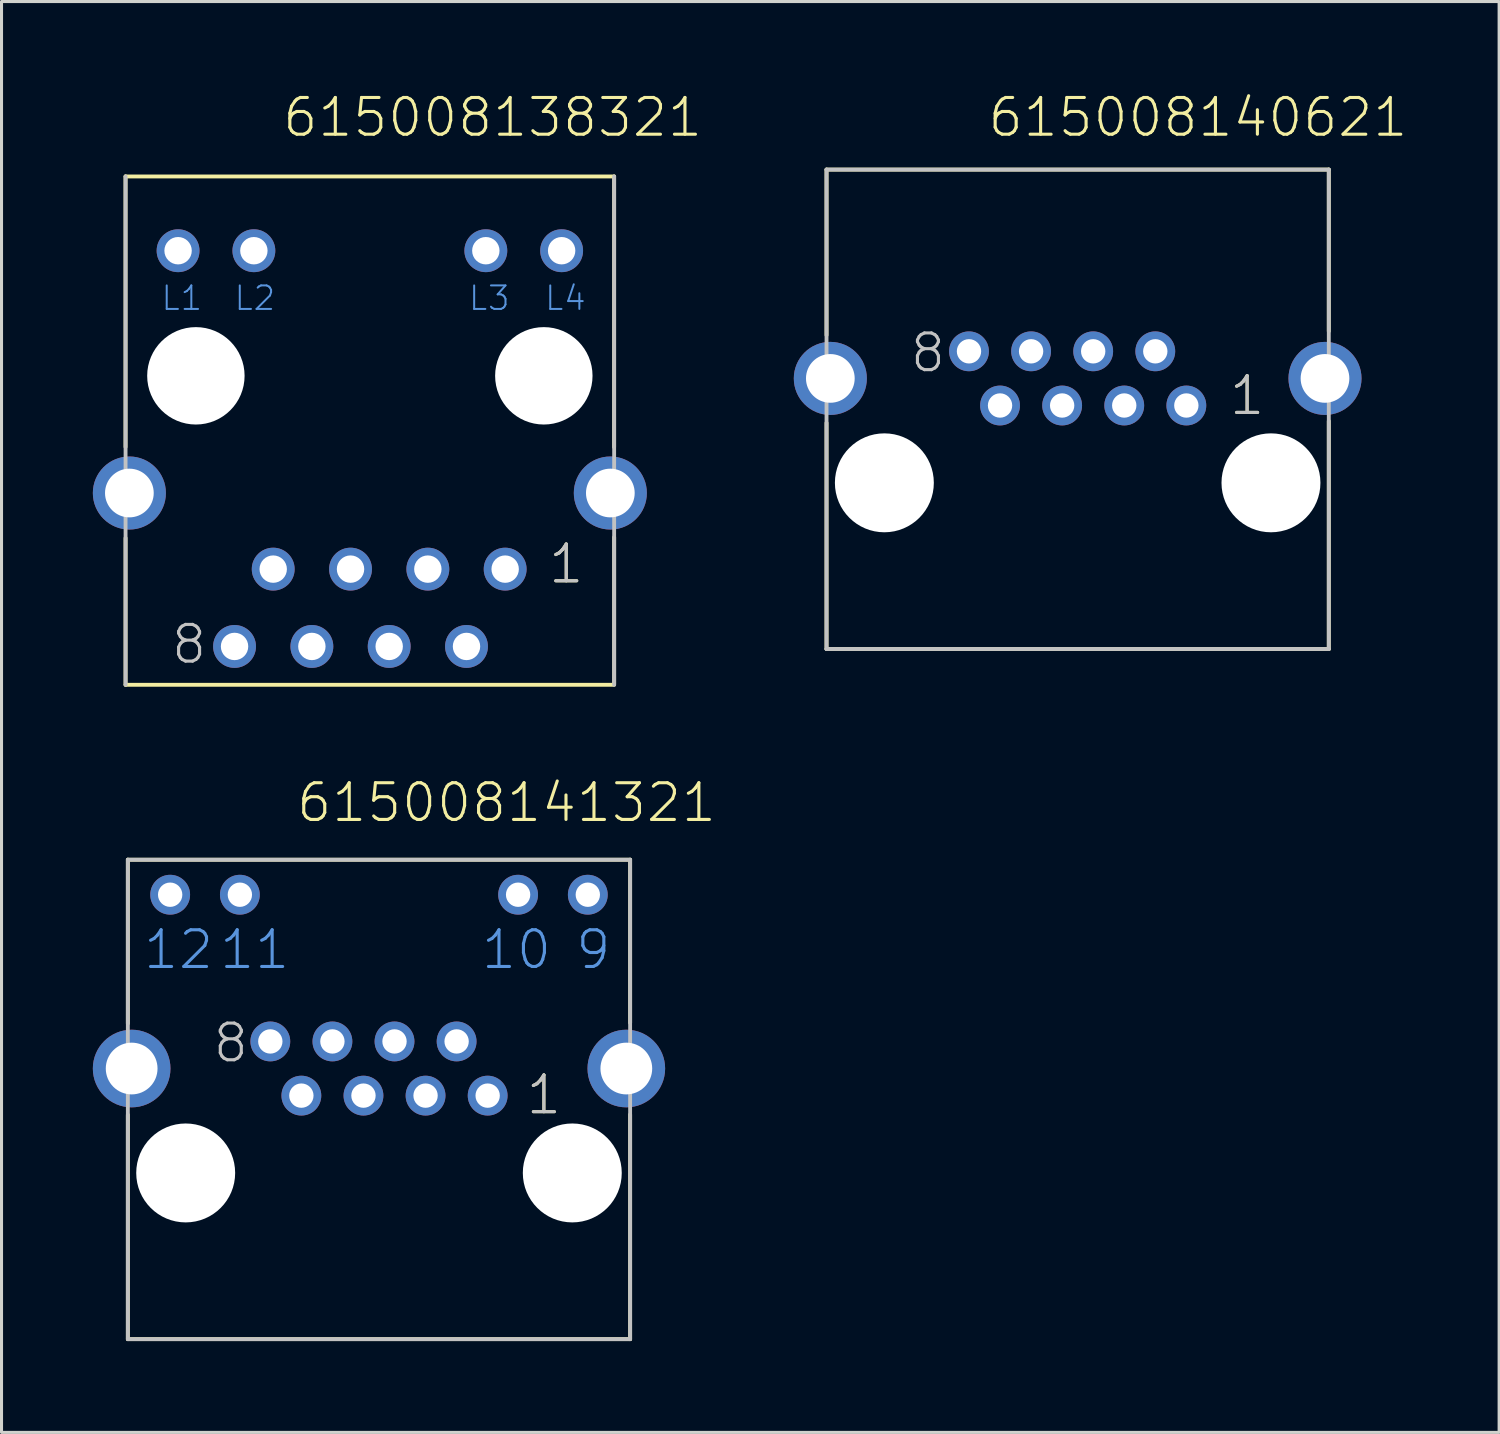
<source format=kicad_pcb>
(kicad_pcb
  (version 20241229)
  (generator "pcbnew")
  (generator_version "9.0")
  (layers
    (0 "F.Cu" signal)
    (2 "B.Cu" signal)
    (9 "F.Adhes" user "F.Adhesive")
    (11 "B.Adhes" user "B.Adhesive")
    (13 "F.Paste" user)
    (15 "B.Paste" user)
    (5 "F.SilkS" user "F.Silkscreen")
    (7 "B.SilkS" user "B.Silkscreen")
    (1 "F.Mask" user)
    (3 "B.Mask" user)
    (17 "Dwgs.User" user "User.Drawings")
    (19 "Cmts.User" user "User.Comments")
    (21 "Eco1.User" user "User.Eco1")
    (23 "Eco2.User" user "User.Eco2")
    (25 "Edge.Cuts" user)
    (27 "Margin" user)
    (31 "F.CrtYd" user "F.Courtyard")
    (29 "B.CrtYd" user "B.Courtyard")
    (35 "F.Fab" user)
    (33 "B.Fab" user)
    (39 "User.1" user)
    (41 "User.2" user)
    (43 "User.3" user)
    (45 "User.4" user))
  (footprint "615008138321"
    (layer "F.Cu")
    (at 9.1 9.296)
    (property "Reference" "615008138321" (at -2.925 -7.785 0) (layer "F.SilkS") (effects (font (size 1.206 1.206) (thickness 0.102)) (justify left bottom)))
    (attr through_hole)
    (fp_line (start -8.026 2.338) (end -8.026 -6.552) (stroke (width 0.127) (type solid)) (layer "F.SilkS"))
    (fp_line (start -8.025 10.15) (end 8.025 10.15) (stroke (width 0.127) (type solid)) (layer "F.SilkS"))
    (fp_line (start -8.025 5.328) (end -8.025 10.151) (stroke (width 0.127) (type solid)) (layer "F.SilkS"))
    (fp_line (start 8.024 2.343) (end 8.024 -6.547) (stroke (width 0.127) (type solid)) (layer "F.SilkS"))
    (fp_line (start 8.025 -6.55) (end -8.025 -6.55) (stroke (width 0.127) (type solid)) (layer "F.SilkS"))
    (fp_line (start 8.025 5.304) (end 8.025 10.126) (stroke (width 0.127) (type solid)) (layer "F.SilkS"))
    (fp_line (start -8.025 -6.55) (end -8.025 10.15) (stroke (width 0.127) (type solid)) (layer "Dwgs.User"))
    (fp_line (start 8.025 10.15) (end 8.025 -6.55) (stroke (width 0.127) (type solid)) (layer "Dwgs.User"))
    (fp_text user "1" (at 5.81 6.885 0) (layer "F.SilkS") (effects (font (size 1.206 1.206) (thickness 0.102)) (justify left bottom)))
    (fp_text user "1" (at 5.81 6.885 0) (layer "Dwgs.User") (effects (font (size 1.206 1.206) (thickness 0.102)) (justify left bottom)))
    (fp_text user "8" (at -6.58 9.525 0) (layer "Dwgs.User") (effects (font (size 1.206 1.206) (thickness 0.102)) (justify left bottom)))
    (fp_text user "L3" (at 3.2 -2.1 0) (layer "Cmts.User") (effects (font (size 0.772 0.772) (thickness 0.065)) (justify left bottom)))
    (fp_text user "L2" (at -4.5 -2.1 0) (layer "Cmts.User") (effects (font (size 0.772 0.772) (thickness 0.065)) (justify left bottom)))
    (fp_text user "L1" (at -6.9 -2.1 0) (layer "Cmts.User") (effects (font (size 0.772 0.772) (thickness 0.065)) (justify left bottom)))
    (fp_text user "L4" (at 5.7 -2.1 0) (layer "Cmts.User") (effects (font (size 0.772 0.772) (thickness 0.065)) (justify left bottom)))
    (pad "" np_thru_hole circle (at -5.715 0) (size 3.2 3.2) (drill 3.2) (layers "*.Cu"))
    (pad "" np_thru_hole circle (at 5.715 0) (size 3.2 3.2) (drill 3.2) (layers "*.Cu"))
    (pad "1" thru_hole circle (at 4.445 6.35) (size 1.408 1.408) (drill 0.9) (layers "*.Cu" "*.Mask"))
    (pad "2" thru_hole circle (at 3.175 8.89) (size 1.408 1.408) (drill 0.9) (layers "*.Cu" "*.Mask"))
    (pad "3" thru_hole circle (at 1.905 6.35) (size 1.408 1.408) (drill 0.9) (layers "*.Cu" "*.Mask"))
    (pad "4" thru_hole circle (at 0.635 8.89) (size 1.408 1.408) (drill 0.9) (layers "*.Cu" "*.Mask"))
    (pad "5" thru_hole circle (at -0.635 6.35) (size 1.408 1.408) (drill 0.9) (layers "*.Cu" "*.Mask"))
    (pad "6" thru_hole circle (at -1.905 8.89) (size 1.408 1.408) (drill 0.9) (layers "*.Cu" "*.Mask"))
    (pad "7" thru_hole circle (at -3.175 6.35) (size 1.408 1.408) (drill 0.9) (layers "*.Cu" "*.Mask"))
    (pad "8" thru_hole circle (at -4.445 8.89) (size 1.408 1.408) (drill 0.9) (layers "*.Cu" "*.Mask"))
    (pad "L1" thru_hole circle (at -6.3 -4.11) (size 1.408 1.408) (drill 0.9) (layers "*.Cu" "*.Mask"))
    (pad "L2" thru_hole circle (at -3.81 -4.11) (size 1.408 1.408) (drill 0.9) (layers "*.Cu" "*.Mask"))
    (pad "L3" thru_hole circle (at 3.81 -4.11) (size 1.408 1.408) (drill 0.9) (layers "*.Cu" "*.Mask"))
    (pad "L4" thru_hole circle (at 6.3 -4.11) (size 1.408 1.408) (drill 0.9) (layers "*.Cu" "*.Mask"))
    (pad "SHEL" thru_hole circle (at -7.9 3.85) (size 2.4 2.4) (drill 1.6) (layers "*.Cu" "*.Mask"))
    (pad "SHEL" thru_hole circle (at 7.9 3.85) (size 2.4 2.4) (drill 1.6) (layers "*.Cu" "*.Mask")))
  (footprint "615008141321"
    (layer "F.Cu")
    (at 9.4 32.052)
    (property "Reference" "615008141321" (at -2.768 -8.03 0) (layer "F.SilkS") (effects (font (size 1.206 1.206) (thickness 0.102)) (justify left bottom)))
    (attr through_hole)
    (fp_line (start -8.25 -6.86) (end 8.25 -6.86) (stroke (width 0.127) (type solid)) (layer "F.SilkS"))
    (fp_line (start -8.25 -1.48) (end -8.25 -6.86) (stroke (width 0.127) (type solid)) (layer "F.SilkS"))
    (fp_line (start -8.25 1.52) (end -8.25 8.89) (stroke (width 0.127) (type solid)) (layer "F.SilkS"))
    (fp_line (start -8.25 8.89) (end 8.25 8.89) (stroke (width 0.127) (type solid)) (layer "F.SilkS"))
    (fp_line (start 8.25 -6.86) (end 8.25 -1.5) (stroke (width 0.127) (type solid)) (layer "F.SilkS"))
    (fp_line (start 8.25 8.89) (end 8.25 1.51) (stroke (width 0.127) (type solid)) (layer "F.SilkS"))
    (fp_line (start -8.25 -6.86) (end 8.25 -6.86) (stroke (width 0.127) (type solid)) (layer "Dwgs.User"))
    (fp_line (start -8.25 8.89) (end -8.25 -6.86) (stroke (width 0.127) (type solid)) (layer "Dwgs.User"))
    (fp_line (start 8.25 -6.86) (end 8.25 8.89) (stroke (width 0.127) (type solid)) (layer "Dwgs.User"))
    (fp_line (start 8.25 8.89) (end -8.25 8.89) (stroke (width 0.127) (type solid)) (layer "Dwgs.User"))
    (fp_text user "1" (at 4.775 1.57 0) (layer "F.SilkS") (effects (font (size 1.206 1.206) (thickness 0.102)) (justify left bottom)))
    (fp_text user "1" (at 4.775 1.57 0) (layer "Dwgs.User") (effects (font (size 1.206 1.206) (thickness 0.102)) (justify left bottom)))
    (fp_text user "8" (at -5.51 -0.135 0) (layer "Dwgs.User") (effects (font (size 1.206 1.206) (thickness 0.102)) (justify left bottom)))
    (fp_text user "12" (at -7.8 -3.2 0) (layer "Cmts.User") (effects (font (size 1.206 1.206) (thickness 0.102)) (justify left bottom)))
    (fp_text user "11" (at -5.3 -3.2 0) (layer "Cmts.User") (effects (font (size 1.206 1.206) (thickness 0.102)) (justify left bottom)))
    (fp_text user "9" (at 6.4 -3.2 0) (layer "Cmts.User") (effects (font (size 1.206 1.206) (thickness 0.102)) (justify left bottom)))
    (fp_text user "10" (at 3.3 -3.2 0) (layer "Cmts.User") (effects (font (size 1.206 1.206) (thickness 0.102)) (justify left bottom)))
    (pad "" np_thru_hole circle (at -6.35 3.43) (size 3.25 3.25) (drill 3.25) (layers "*.Cu"))
    (pad "" np_thru_hole circle (at 6.35 3.43) (size 3.25 3.25) (drill 3.25) (layers "*.Cu"))
    (pad "1" thru_hole circle (at 3.57 0.89) (size 1.308 1.308) (drill 0.8) (layers "*.Cu" "*.Mask"))
    (pad "2" thru_hole circle (at 2.55 -0.89) (size 1.308 1.308) (drill 0.8) (layers "*.Cu" "*.Mask"))
    (pad "3" thru_hole circle (at 1.53 0.89) (size 1.308 1.308) (drill 0.8) (layers "*.Cu" "*.Mask"))
    (pad "4" thru_hole circle (at 0.51 -0.89) (size 1.308 1.308) (drill 0.8) (layers "*.Cu" "*.Mask"))
    (pad "5" thru_hole circle (at -0.51 0.89) (size 1.308 1.308) (drill 0.8) (layers "*.Cu" "*.Mask"))
    (pad "6" thru_hole circle (at -1.53 -0.89) (size 1.308 1.308) (drill 0.8) (layers "*.Cu" "*.Mask"))
    (pad "7" thru_hole circle (at -2.55 0.89) (size 1.308 1.308) (drill 0.8) (layers "*.Cu" "*.Mask"))
    (pad "8" thru_hole circle (at -3.57 -0.89) (size 1.308 1.308) (drill 0.8) (layers "*.Cu" "*.Mask"))
    (pad "9" thru_hole circle (at 6.86 -5.71) (size 1.308 1.308) (drill 0.8) (layers "*.Cu" "*.Mask"))
    (pad "10" thru_hole circle (at 4.57 -5.71) (size 1.308 1.308) (drill 0.8) (layers "*.Cu" "*.Mask"))
    (pad "11" thru_hole circle (at -4.57 -5.71) (size 1.308 1.308) (drill 0.8) (layers "*.Cu" "*.Mask"))
    (pad "12" thru_hole circle (at -6.86 -5.71) (size 1.308 1.308) (drill 0.8) (layers "*.Cu" "*.Mask"))
    (pad "SHEL" thru_hole circle (at -8.125 0) (size 2.55 2.55) (drill 1.7) (layers "*.Cu" "*.Mask"))
    (pad "SHEL" thru_hole circle (at 8.125 0) (size 2.55 2.55) (drill 1.7) (layers "*.Cu" "*.Mask")))
  (footprint "615008140621"
    (layer "F.Cu")
    (at 32.352 9.381)
    (property "Reference" "615008140621" (at -3.007 -7.87 0) (layer "F.SilkS") (effects (font (size 1.206 1.206) (thickness 0.102)) (justify left bottom)))
    (attr through_hole)
    (fp_line (start -8.25 -6.86) (end 8.25 -6.86) (stroke (width 0.127) (type solid)) (layer "F.SilkS"))
    (fp_line (start -8.25 -1.42) (end -8.25 -6.86) (stroke (width 0.127) (type solid)) (layer "F.SilkS"))
    (fp_line (start -8.25 1.46) (end -8.25 8.89) (stroke (width 0.127) (type solid)) (layer "F.SilkS"))
    (fp_line (start -8.25 8.89) (end 8.25 8.89) (stroke (width 0.127) (type solid)) (layer "F.SilkS"))
    (fp_line (start 8.25 -6.86) (end 8.25 -1.55) (stroke (width 0.127) (type solid)) (layer "F.SilkS"))
    (fp_line (start 8.25 8.89) (end 8.25 1.4) (stroke (width 0.127) (type solid)) (layer "F.SilkS"))
    (fp_line (start -8.25 -6.86) (end 8.25 -6.86) (stroke (width 0.127) (type solid)) (layer "Dwgs.User"))
    (fp_line (start -8.25 8.89) (end -8.25 -6.86) (stroke (width 0.127) (type solid)) (layer "Dwgs.User"))
    (fp_line (start 8.25 -6.86) (end 8.25 8.89) (stroke (width 0.127) (type solid)) (layer "Dwgs.User"))
    (fp_line (start 8.25 8.89) (end -8.25 8.89) (stroke (width 0.127) (type solid)) (layer "Dwgs.User"))
    (fp_text user "1" (at 4.925 1.27 0) (layer "F.SilkS") (effects (font (size 1.206 1.206) (thickness 0.102)) (justify left bottom)))
    (fp_text user "8" (at -5.56 -0.135 0) (layer "Dwgs.User") (effects (font (size 1.206 1.206) (thickness 0.102)) (justify left bottom)))
    (fp_text user "1" (at 4.925 1.27 0) (layer "Dwgs.User") (effects (font (size 1.206 1.206) (thickness 0.102)) (justify left bottom)))
    (pad "" np_thru_hole circle (at -6.35 3.43) (size 3.25 3.25) (drill 3.25) (layers "*.Cu"))
    (pad "" np_thru_hole circle (at 6.35 3.43) (size 3.25 3.25) (drill 3.25) (layers "*.Cu"))
    (pad "1" thru_hole circle (at 3.57 0.89) (size 1.308 1.308) (drill 0.8) (layers "*.Cu" "*.Mask"))
    (pad "2" thru_hole circle (at 2.55 -0.89) (size 1.308 1.308) (drill 0.8) (layers "*.Cu" "*.Mask"))
    (pad "3" thru_hole circle (at 1.53 0.89) (size 1.308 1.308) (drill 0.8) (layers "*.Cu" "*.Mask"))
    (pad "4" thru_hole circle (at 0.51 -0.89) (size 1.308 1.308) (drill 0.8) (layers "*.Cu" "*.Mask"))
    (pad "5" thru_hole circle (at -0.51 0.89) (size 1.308 1.308) (drill 0.8) (layers "*.Cu" "*.Mask"))
    (pad "6" thru_hole circle (at -1.53 -0.89) (size 1.308 1.308) (drill 0.8) (layers "*.Cu" "*.Mask"))
    (pad "7" thru_hole circle (at -2.55 0.89) (size 1.308 1.308) (drill 0.8) (layers "*.Cu" "*.Mask"))
    (pad "8" thru_hole circle (at -3.57 -0.89) (size 1.308 1.308) (drill 0.8) (layers "*.Cu" "*.Mask"))
    (pad "SHEL" thru_hole circle (at -8.125 0) (size 2.4 2.4) (drill 1.6) (layers "*.Cu" "*.Mask"))
    (pad "SHEL" thru_hole circle (at 8.125 0) (size 2.4 2.4) (drill 1.6) (layers "*.Cu" "*.Mask")))
  (gr_rect
    (start -3 -3)
    (end 46.197 44.005)
    (stroke (width 0.1) (type default))
    (fill no)
    (layer "Edge.Cuts")))
</source>
